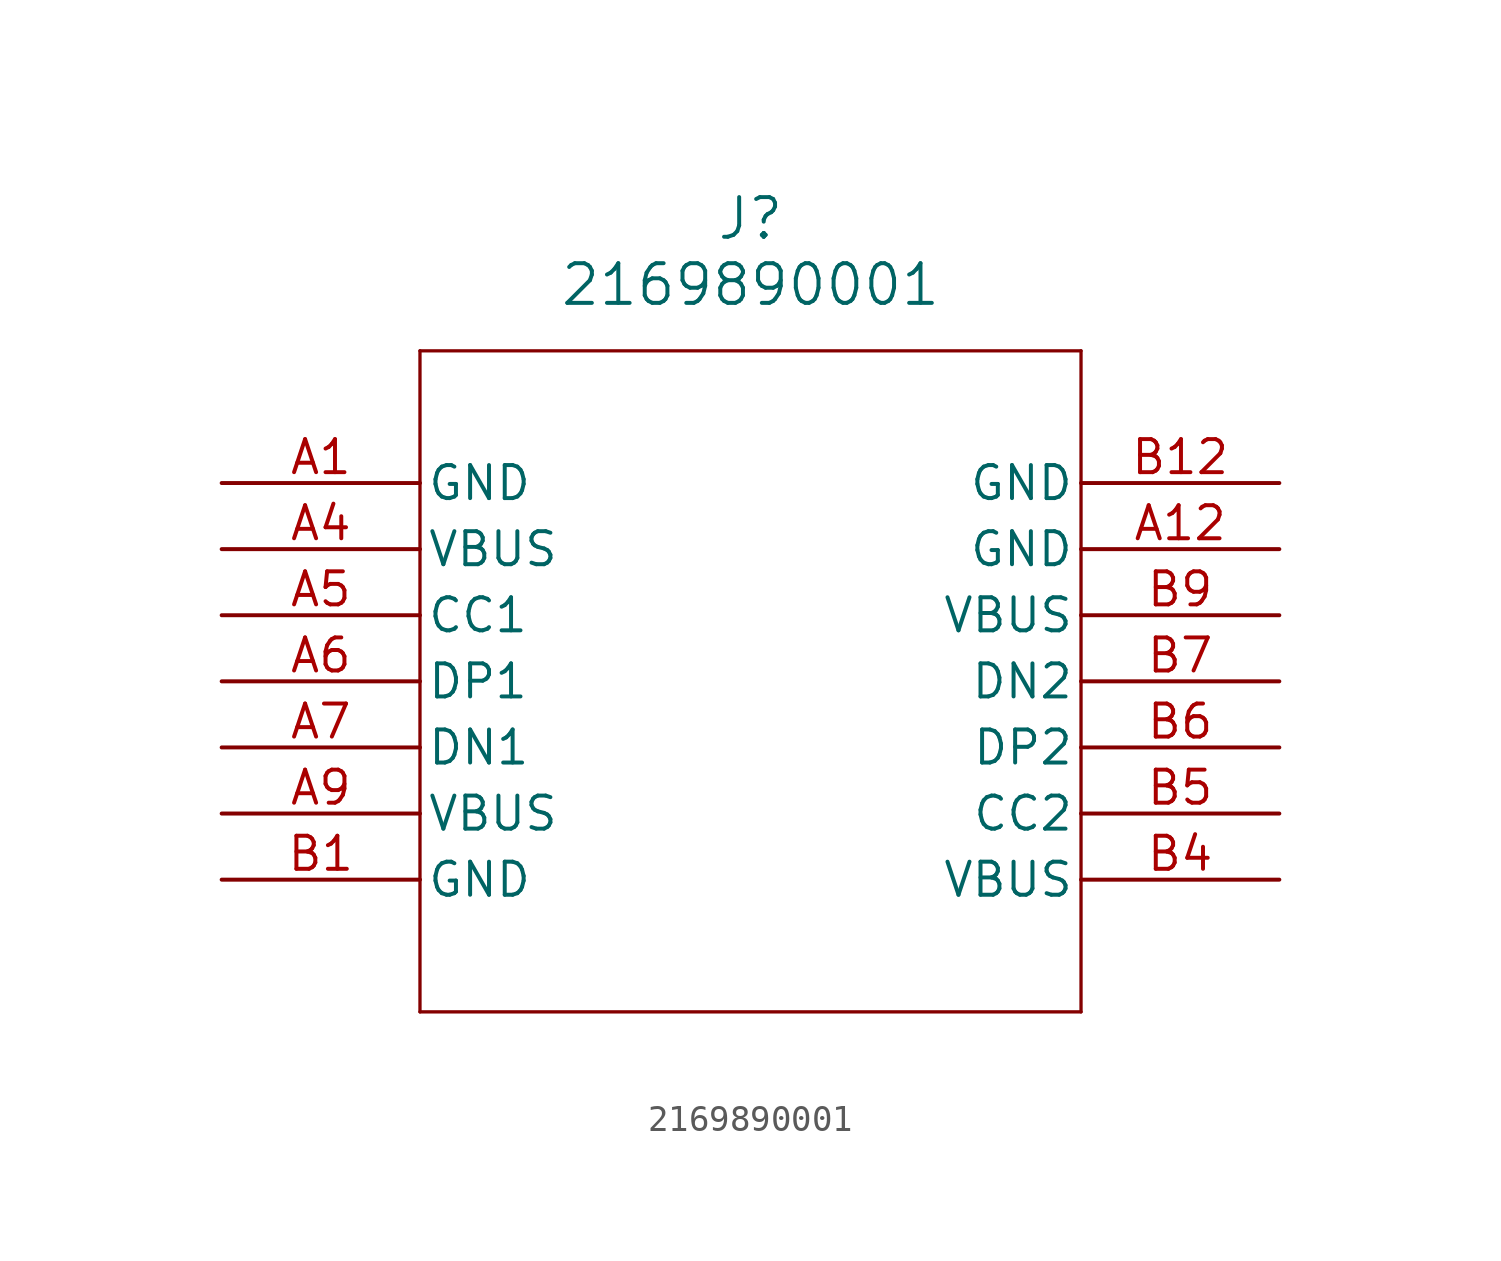
<source format=kicad_sym>
(kicad_symbol_lib
  (version 20211014)
  (generator kicad_symbol_editor)
  (symbol "2169890001"
    (pin_names
      (offset 0.254))
    (property "Reference" "J"
      (at 20.32 10.16 0)
      (effects (font (size 1.524 1.524))))
    (property "Value" "2169890001"
      (at 20.32 7.62 0)
      (effects (font (size 1.524 1.524))))
    (symbol "2169890001_0_1"
      (polyline (pts (xy 7.62 5.08) (xy 7.62 -20.32)) (stroke (width 0.127) (type default) (color 0 0 0 0)) (fill (type none)))
      (polyline (pts (xy 7.62 -20.32) (xy 33.02 -20.32)) (stroke (width 0.127) (type default) (color 0 0 0 0)) (fill (type none)))
      (polyline (pts (xy 33.02 -20.32) (xy 33.02 5.08)) (stroke (width 0.127) (type default) (color 0 0 0 0)) (fill (type none)))
      (polyline (pts (xy 33.02 5.08) (xy 7.62 5.08)) (stroke (width 0.127) (type default) (color 0 0 0 0)) (fill (type none)))
      (pin power_out line (at 0 0 0) (length 7.62) (name "GND" (effects (font (size 1.27 1.27)))) (number "A1" (effects (font (size 1.27 1.27)))))
      (pin power_in line (at 0 -2.54 0) (length 7.62) (name "VBUS" (effects (font (size 1.27 1.27)))) (number "A4" (effects (font (size 1.27 1.27)))))
      (pin bidirectional line (at 0 -5.08 0) (length 7.62) (name "CC1" (effects (font (size 1.27 1.27)))) (number "A5" (effects (font (size 1.27 1.27)))))
      (pin bidirectional line (at 0 -7.62 0) (length 7.62) (name "DP1" (effects (font (size 1.27 1.27)))) (number "A6" (effects (font (size 1.27 1.27)))))
      (pin bidirectional line (at 0 -10.16 0) (length 7.62) (name "DN1" (effects (font (size 1.27 1.27)))) (number "A7" (effects (font (size 1.27 1.27)))))
      (pin power_in line (at 0 -12.7 0) (length 7.62) (name "VBUS" (effects (font (size 1.27 1.27)))) (number "A9" (effects (font (size 1.27 1.27)))))
      (pin power_out line (at 0 -15.24 0) (length 7.62) (name "GND" (effects (font (size 1.27 1.27)))) (number "B1" (effects (font (size 1.27 1.27)))))
      (pin power_in line (at 40.64 -15.24 180) (length 7.62) (name "VBUS" (effects (font (size 1.27 1.27)))) (number "B4" (effects (font (size 1.27 1.27)))))
      (pin bidirectional line (at 40.64 -12.7 180) (length 7.62) (name "CC2" (effects (font (size 1.27 1.27)))) (number "B5" (effects (font (size 1.27 1.27)))))
      (pin bidirectional line (at 40.64 -10.16 180) (length 7.62) (name "DP2" (effects (font (size 1.27 1.27)))) (number "B6" (effects (font (size 1.27 1.27)))))
      (pin bidirectional line (at 40.64 -7.62 180) (length 7.62) (name "DN2" (effects (font (size 1.27 1.27)))) (number "B7" (effects (font (size 1.27 1.27)))))
      (pin power_in line (at 40.64 -5.08 180) (length 7.62) (name "VBUS" (effects (font (size 1.27 1.27)))) (number "B9" (effects (font (size 1.27 1.27)))))
      (pin power_out line (at 40.64 -2.54 180) (length 7.62) (name "GND" (effects (font (size 1.27 1.27)))) (number "A12" (effects (font (size 1.27 1.27)))))
      (pin power_out line (at 40.64 0 180) (length 7.62) (name "GND" (effects (font (size 1.27 1.27)))) (number "B12" (effects (font (size 1.27 1.27))))))))
</source>
